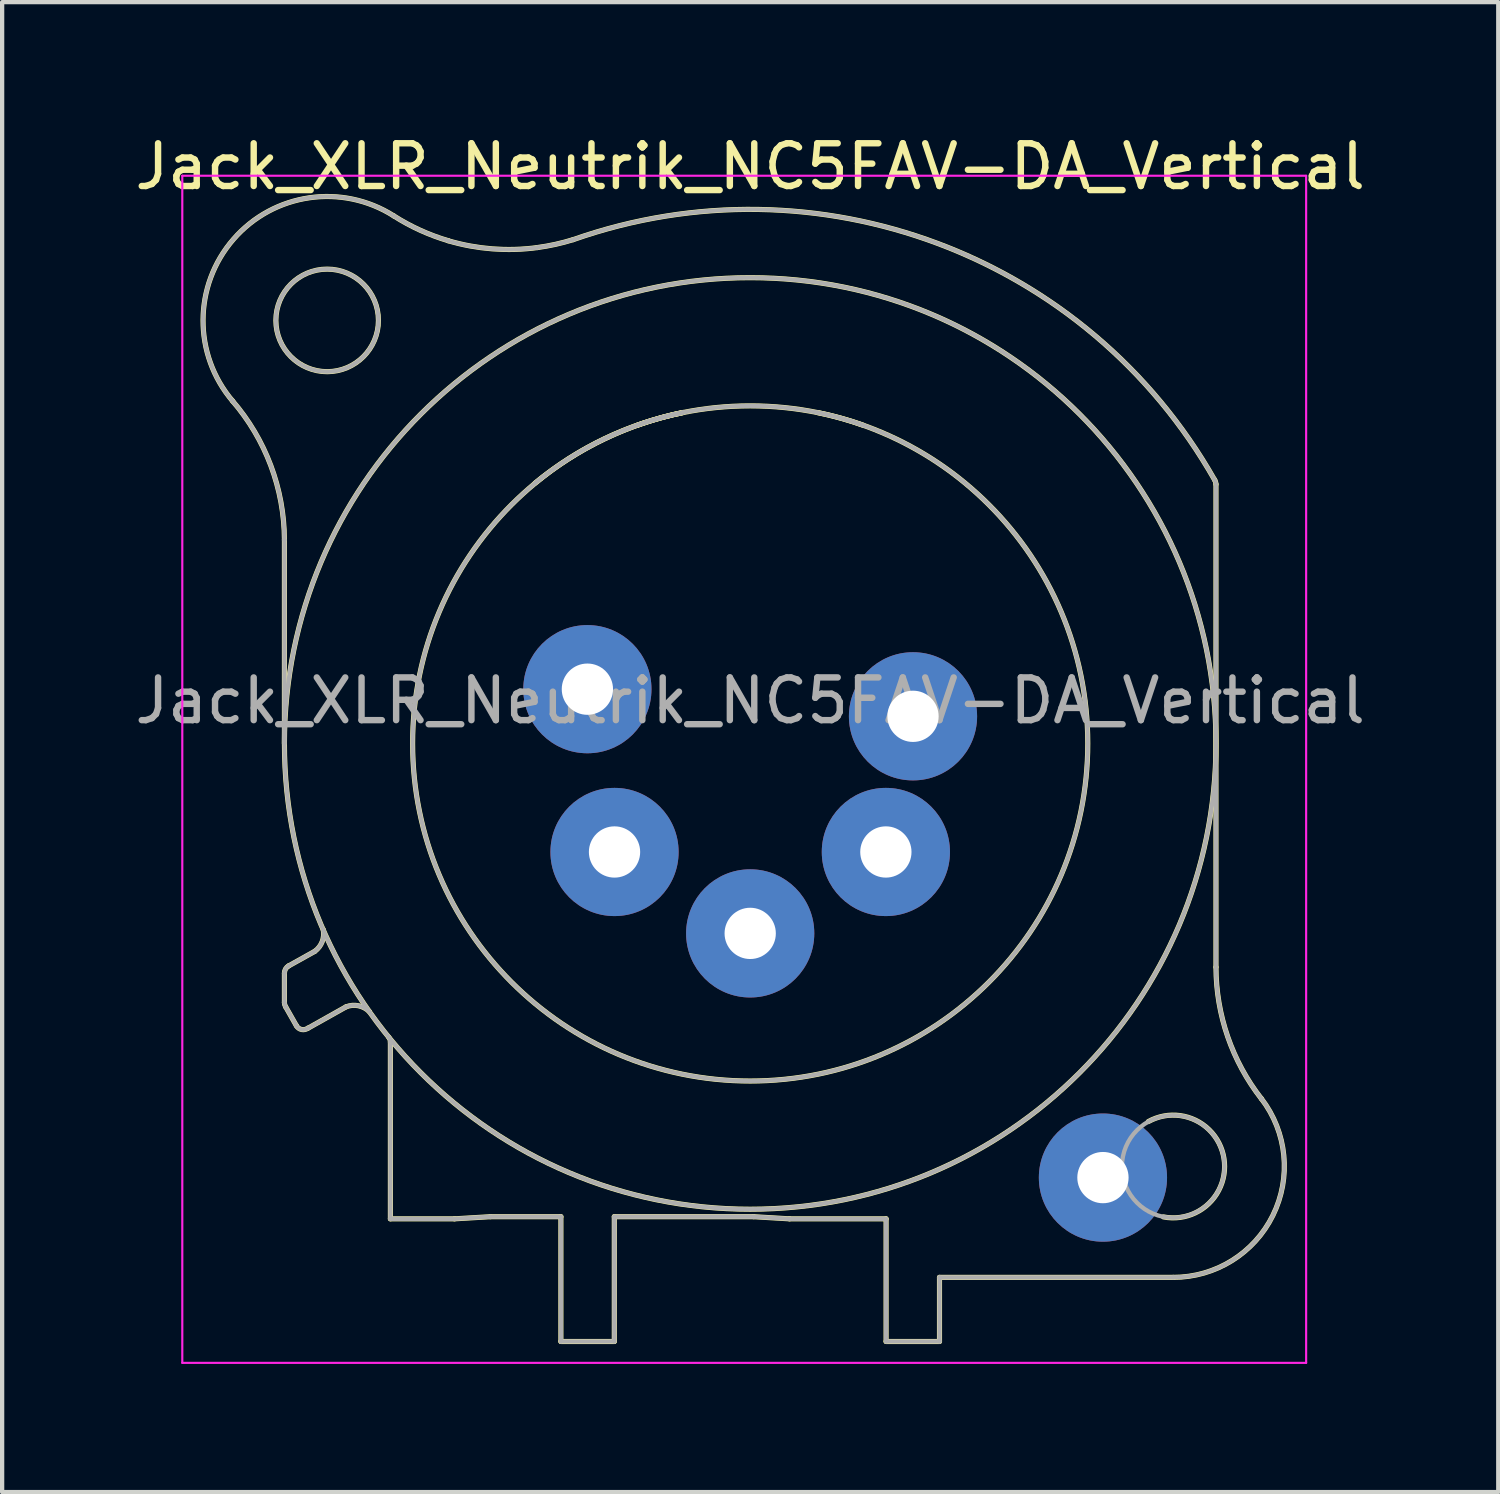
<source format=kicad_pcb>
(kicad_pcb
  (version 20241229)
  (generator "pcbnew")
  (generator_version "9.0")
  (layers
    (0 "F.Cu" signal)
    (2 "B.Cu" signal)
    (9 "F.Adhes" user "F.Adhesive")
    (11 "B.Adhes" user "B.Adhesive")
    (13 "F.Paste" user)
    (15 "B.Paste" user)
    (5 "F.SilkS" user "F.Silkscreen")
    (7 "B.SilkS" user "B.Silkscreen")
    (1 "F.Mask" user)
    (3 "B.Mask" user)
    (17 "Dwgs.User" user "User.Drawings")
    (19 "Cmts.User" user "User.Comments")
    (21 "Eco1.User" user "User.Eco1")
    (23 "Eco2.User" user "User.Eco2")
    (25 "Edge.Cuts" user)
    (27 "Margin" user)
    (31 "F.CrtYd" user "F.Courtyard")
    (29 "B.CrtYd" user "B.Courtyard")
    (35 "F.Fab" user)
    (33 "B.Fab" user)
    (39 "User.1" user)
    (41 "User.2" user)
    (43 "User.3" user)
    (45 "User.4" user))
  (footprint "Jack_XLR_Neutrik_NC5FAV-DA_Vertical"
    (layer "F.Cu")
    (at 18.316 13.713)
    (property "Reference" "Jack_XLR_Neutrik_NC5FAV-DA_Vertical" (at -3.81 -12.865 0) (layer "F.SilkS") (effects (font (size 1 1) (thickness 0.15))))
    (attr through_hole)
    (fp_line (start -14.71 0.635) (end -14.71 -4.13) (stroke (width 0.12) (type solid)) (layer "F.SilkS"))
    (fp_line (start -14.71 6.01) (end -14.71 6.7) (stroke (width 0.12) (type solid)) (layer "F.SilkS"))
    (fp_line (start -14.68 6.8) (end -14.43 7.24) (stroke (width 0.12) (type solid)) (layer "F.SilkS"))
    (fp_line (start -14.61 5.84) (end -14 5.5) (stroke (width 0.12) (type solid)) (layer "F.SilkS"))
    (fp_line (start -14.16 7.3) (end -13.27 6.8) (stroke (width 0.12) (type solid)) (layer "F.SilkS"))
    (fp_line (start -12.23 11.76) (end -12.23 7.62) (stroke (width 0.12) (type solid)) (layer "F.SilkS"))
    (fp_line (start -10.73 11.76) (end -12.23 11.76) (stroke (width 0.12) (type solid)) (layer "F.SilkS"))
    (fp_line (start -9.89 11.71) (end -10.73 11.76) (stroke (width 0.12) (type solid)) (layer "F.SilkS"))
    (fp_line (start -8.24 11.71) (end -9.89 11.71) (stroke (width 0.12) (type solid)) (layer "F.SilkS"))
    (fp_line (start -8.24 11.71) (end -8.24 14.63) (stroke (width 0.12) (type solid)) (layer "F.SilkS"))
    (fp_line (start -6.99 14.63) (end -8.24 14.63) (stroke (width 0.12) (type solid)) (layer "F.SilkS"))
    (fp_line (start -6.99 14.63) (end -6.99 11.71) (stroke (width 0.12) (type solid)) (layer "F.SilkS"))
    (fp_line (start -3.73 11.71) (end -6.99 11.71) (stroke (width 0.12) (type solid)) (layer "F.SilkS"))
    (fp_line (start -2.89 11.76) (end -3.73 11.71) (stroke (width 0.12) (type solid)) (layer "F.SilkS"))
    (fp_line (start -0.63 11.76) (end -2.89 11.76) (stroke (width 0.12) (type solid)) (layer "F.SilkS"))
    (fp_line (start -0.63 11.76) (end -0.63 14.63) (stroke (width 0.12) (type solid)) (layer "F.SilkS"))
    (fp_line (start 0.62 14.63) (end -0.63 14.63) (stroke (width 0.12) (type solid)) (layer "F.SilkS"))
    (fp_line (start 0.62 14.63) (end 0.62 13.13) (stroke (width 0.12) (type solid)) (layer "F.SilkS"))
    (fp_line (start 6.09 13.13) (end 0.62 13.13) (stroke (width 0.12) (type solid)) (layer "F.SilkS"))
    (fp_line (start 7.09 -5.43) (end 7.09 5.87) (stroke (width 0.12) (type solid)) (layer "F.SilkS"))
    (fp_arc (start -15.929066 -7.385564) (mid -15.028115 -5.866905) (end -14.71 -4.13) (stroke (width 0.12) (type solid)) (layer "F.SilkS"))
    (fp_arc (start -15.918146 -7.373153) (mid -15.902506 -11.164998) (end -12.15 -11.71) (stroke (width 0.12) (type solid)) (layer "F.SilkS"))
    (fp_arc (start -14.709743 6.009652) (mid -14.682878 5.9113) (end -14.61 5.84) (stroke (width 0.12) (type solid)) (layer "F.SilkS"))
    (fp_arc (start -14.682649 6.795385) (mid -14.703027 6.749614) (end -14.71 6.7) (stroke (width 0.12) (type solid)) (layer "F.SilkS"))
    (fp_arc (start -14.160142 7.297076) (mid -14.307987 7.329603) (end -14.43 7.24) (stroke (width 0.12) (type solid)) (layer "F.SilkS"))
    (fp_arc (start -13.801628 4.991381) (mid -13.826689 5.274601) (end -14 5.5) (stroke (width 0.12) (type solid)) (layer "F.SilkS"))
    (fp_arc (start -13.27 6.8) (mid -12.979462 6.773118) (end -12.722228 6.910835) (stroke (width 0.12) (type solid)) (layer "F.SilkS"))
    (fp_arc (start -12.267885 7.513016) (mid -12.239751 7.563253) (end -12.23 7.62) (stroke (width 0.12) (type solid)) (layer "F.SilkS"))
    (fp_arc (start -10.874228 -11.129536) (mid -11.532536 -11.374883) (end -12.15 -11.71) (stroke (width 0.12) (type solid)) (layer "F.SilkS"))
    (fp_arc (start -8.842926 -5.457584) (mid -7.213275 -6.497156) (end -5.38 -7.11) (stroke (width 0.12) (type solid)) (layer "F.SilkS"))
    (fp_arc (start -8.78758 -10.969733) (mid -9.842283 -10.938982) (end -10.88 -11.13) (stroke (width 0.12) (type solid)) (layer "F.SilkS"))
    (fp_arc (start -7.953762 -11.154656) (mid -8.367971 -11.044621) (end -8.79 -10.97) (stroke (width 0.12) (type solid)) (layer "F.SilkS"))
    (fp_arc (start -7.952655 -11.154934) (mid 0.574548 -11.067131) (end 7.06 -5.53) (stroke (width 0.12) (type solid)) (layer "F.SilkS"))
    (fp_arc (start -6.455617 -6.811518) (mid -5.923085 -6.979774) (end -5.38 -7.11) (stroke (width 0.12) (type solid)) (layer "F.SilkS"))
    (fp_arc (start -2.235447 -7.109114) (mid -1.692436 -6.978569) (end -1.16 -6.81) (stroke (width 0.12) (type solid)) (layer "F.SilkS"))
    (fp_arc (start 5.507701 9.483226) (mid 7.277502 10.347546) (end 5.86 11.715) (stroke (width 0.12) (type solid)) (layer "F.SilkS"))
    (fp_arc (start 7.056349 -5.537362) (mid 7.080146 -5.485866) (end 7.09 -5.43) (stroke (width 0.12) (type solid)) (layer "F.SilkS"))
    (fp_arc (start 8.152719 8.94722) (mid 8.42187 11.679951) (end 6.09 13.13) (stroke (width 0.12) (type solid)) (layer "F.SilkS"))
    (fp_arc (start 8.154941 8.951603) (mid 7.36532 7.499668) (end 7.09 5.87) (stroke (width 0.12) (type solid)) (layer "F.SilkS"))
    (fp_circle (center -13.71 -9.265) (end -12.51 -9.265) (stroke (width 0.12) (type solid)) (fill no) (layer "F.SilkS"))
    (fp_circle (center -3.81 0.635) (end 4.09 0.635) (stroke (width 0.12) (type solid)) (fill no) (layer "F.SilkS"))
    (fp_circle (center -3.81 0.635) (end 7.09 0.635) (stroke (width 0.12) (type solid)) (fill no) (layer "F.SilkS"))
    (fp_line (start -17.1 -12.65) (end 9.2 -12.65) (stroke (width 0.05) (type solid)) (layer "F.CrtYd"))
    (fp_line (start -17.1 15.13) (end -17.1 -12.65) (stroke (width 0.05) (type solid)) (layer "F.CrtYd"))
    (fp_line (start 9.2 -12.65) (end 9.2 15.13) (stroke (width 0.05) (type solid)) (layer "F.CrtYd"))
    (fp_line (start 9.2 15.13) (end -17.1 15.13) (stroke (width 0.05) (type solid)) (layer "F.CrtYd"))
    (fp_line (start -14.71 0.635) (end -14.71 -4.13) (stroke (width 0.1) (type solid)) (layer "F.Fab"))
    (fp_line (start -14.71 6.01) (end -14.71 6.7) (stroke (width 0.1) (type solid)) (layer "F.Fab"))
    (fp_line (start -14.68 6.8) (end -14.43 7.24) (stroke (width 0.1) (type solid)) (layer "F.Fab"))
    (fp_line (start -14.61 5.84) (end -14 5.5) (stroke (width 0.1) (type solid)) (layer "F.Fab"))
    (fp_line (start -14.16 7.3) (end -13.27 6.8) (stroke (width 0.1) (type solid)) (layer "F.Fab"))
    (fp_line (start -12.23 11.76) (end -12.23 7.62) (stroke (width 0.1) (type solid)) (layer "F.Fab"))
    (fp_line (start -10.73 11.76) (end -12.23 11.76) (stroke (width 0.1) (type solid)) (layer "F.Fab"))
    (fp_line (start -9.89 11.71) (end -10.73 11.76) (stroke (width 0.1) (type solid)) (layer "F.Fab"))
    (fp_line (start -8.24 11.71) (end -9.89 11.71) (stroke (width 0.1) (type solid)) (layer "F.Fab"))
    (fp_line (start -8.24 11.71) (end -8.24 14.63) (stroke (width 0.1) (type solid)) (layer "F.Fab"))
    (fp_line (start -6.99 14.63) (end -8.24 14.63) (stroke (width 0.1) (type solid)) (layer "F.Fab"))
    (fp_line (start -6.99 14.63) (end -6.99 11.71) (stroke (width 0.1) (type solid)) (layer "F.Fab"))
    (fp_line (start -3.73 11.71) (end -6.99 11.71) (stroke (width 0.1) (type solid)) (layer "F.Fab"))
    (fp_line (start -2.89 11.76) (end -3.73 11.71) (stroke (width 0.1) (type solid)) (layer "F.Fab"))
    (fp_line (start -0.63 11.76) (end -2.89 11.76) (stroke (width 0.1) (type solid)) (layer "F.Fab"))
    (fp_line (start -0.63 11.76) (end -0.63 14.63) (stroke (width 0.1) (type solid)) (layer "F.Fab"))
    (fp_line (start 0.62 14.63) (end -0.63 14.63) (stroke (width 0.1) (type solid)) (layer "F.Fab"))
    (fp_line (start 0.62 14.63) (end 0.62 13.13) (stroke (width 0.1) (type solid)) (layer "F.Fab"))
    (fp_line (start 6.09 13.13) (end 0.62 13.13) (stroke (width 0.1) (type solid)) (layer "F.Fab"))
    (fp_line (start 7.09 -5.43) (end 7.09 5.87) (stroke (width 0.1) (type solid)) (layer "F.Fab"))
    (fp_arc (start -15.929066 -7.385564) (mid -15.028115 -5.866905) (end -14.71 -4.13) (stroke (width 0.1) (type solid)) (layer "F.Fab"))
    (fp_arc (start -15.918146 -7.373153) (mid -15.902506 -11.164998) (end -12.15 -11.71) (stroke (width 0.1) (type solid)) (layer "F.Fab"))
    (fp_arc (start -14.709743 6.009652) (mid -14.682878 5.9113) (end -14.61 5.84) (stroke (width 0.1) (type solid)) (layer "F.Fab"))
    (fp_arc (start -14.682649 6.795385) (mid -14.703027 6.749614) (end -14.71 6.7) (stroke (width 0.1) (type solid)) (layer "F.Fab"))
    (fp_arc (start -14.160142 7.297076) (mid -14.307987 7.329603) (end -14.43 7.24) (stroke (width 0.1) (type solid)) (layer "F.Fab"))
    (fp_arc (start -13.801628 4.991381) (mid -13.826689 5.274601) (end -14 5.5) (stroke (width 0.1) (type solid)) (layer "F.Fab"))
    (fp_arc (start -13.27 6.8) (mid -12.979462 6.773118) (end -12.722228 6.910835) (stroke (width 0.1) (type solid)) (layer "F.Fab"))
    (fp_arc (start -12.267885 7.513016) (mid -12.239751 7.563253) (end -12.23 7.62) (stroke (width 0.1) (type solid)) (layer "F.Fab"))
    (fp_arc (start -10.874228 -11.129536) (mid -11.532536 -11.374883) (end -12.15 -11.71) (stroke (width 0.1) (type solid)) (layer "F.Fab"))
    (fp_arc (start -8.842926 -5.457584) (mid -7.213275 -6.497156) (end -5.38 -7.11) (stroke (width 0.1) (type solid)) (layer "F.Fab"))
    (fp_arc (start -8.78758 -10.969733) (mid -9.842283 -10.938982) (end -10.88 -11.13) (stroke (width 0.1) (type solid)) (layer "F.Fab"))
    (fp_arc (start -7.953762 -11.154656) (mid -8.367971 -11.044621) (end -8.79 -10.97) (stroke (width 0.1) (type solid)) (layer "F.Fab"))
    (fp_arc (start -7.952655 -11.154934) (mid 0.574548 -11.067131) (end 7.06 -5.53) (stroke (width 0.1) (type solid)) (layer "F.Fab"))
    (fp_arc (start -6.455617 -6.811518) (mid -5.923085 -6.979774) (end -5.38 -7.11) (stroke (width 0.1) (type solid)) (layer "F.Fab"))
    (fp_arc (start -2.235447 -7.109114) (mid -1.692436 -6.978569) (end -1.16 -6.81) (stroke (width 0.1) (type solid)) (layer "F.Fab"))
    (fp_arc (start 7.056349 -5.537362) (mid 7.080146 -5.485866) (end 7.09 -5.43) (stroke (width 0.1) (type solid)) (layer "F.Fab"))
    (fp_arc (start 8.152719 8.94722) (mid 8.42187 11.679951) (end 6.09 13.13) (stroke (width 0.1) (type solid)) (layer "F.Fab"))
    (fp_arc (start 8.154941 8.951603) (mid 7.36532 7.499668) (end 7.09 5.87) (stroke (width 0.1) (type solid)) (layer "F.Fab"))
    (fp_circle (center -13.71 -9.265) (end -12.51 -9.265) (stroke (width 0.1) (type solid)) (fill no) (layer "F.Fab"))
    (fp_circle (center -3.81 0.635) (end 4.09 0.635) (stroke (width 0.1) (type solid)) (fill no) (layer "F.Fab"))
    (fp_circle (center -3.81 0.635) (end 7.09 0.635) (stroke (width 0.1) (type solid)) (fill no) (layer "F.Fab"))
    (fp_circle (center 6.09 10.535) (end 7.29 10.535) (stroke (width 0.1) (type solid)) (fill no) (layer "F.Fab"))
    (fp_text user "${REFERENCE}" (at -3.81 -0.365 0) (layer "F.Fab") (effects (font (size 1 1) (thickness 0.15))))
    (pad "1" thru_hole circle (at 0 0) (size 3 3) (drill 1.2) (layers "*.Cu" "*.Mask"))
    (pad "2" thru_hole circle (at -0.635 3.175) (size 3 3) (drill 1.2) (layers "*.Cu" "*.Mask"))
    (pad "3" thru_hole circle (at -3.81 5.08) (size 3 3) (drill 1.2) (layers "*.Cu" "*.Mask"))
    (pad "4" thru_hole circle (at -6.985 3.175) (size 3 3) (drill 1.2) (layers "*.Cu" "*.Mask"))
    (pad "5" thru_hole circle (at -7.62 -0.635) (size 3 3) (drill 1.2) (layers "*.Cu" "*.Mask"))
    (pad "G" thru_hole circle (at 4.445 10.795) (size 3 3) (drill 1.2) (layers "*.Cu" "*.Mask")))
  (gr_rect
    (start -3 -3)
    (end 32.012 31.868)
    (stroke (width 0.1) (type default))
    (fill no)
    (layer "Edge.Cuts")))
</source>
